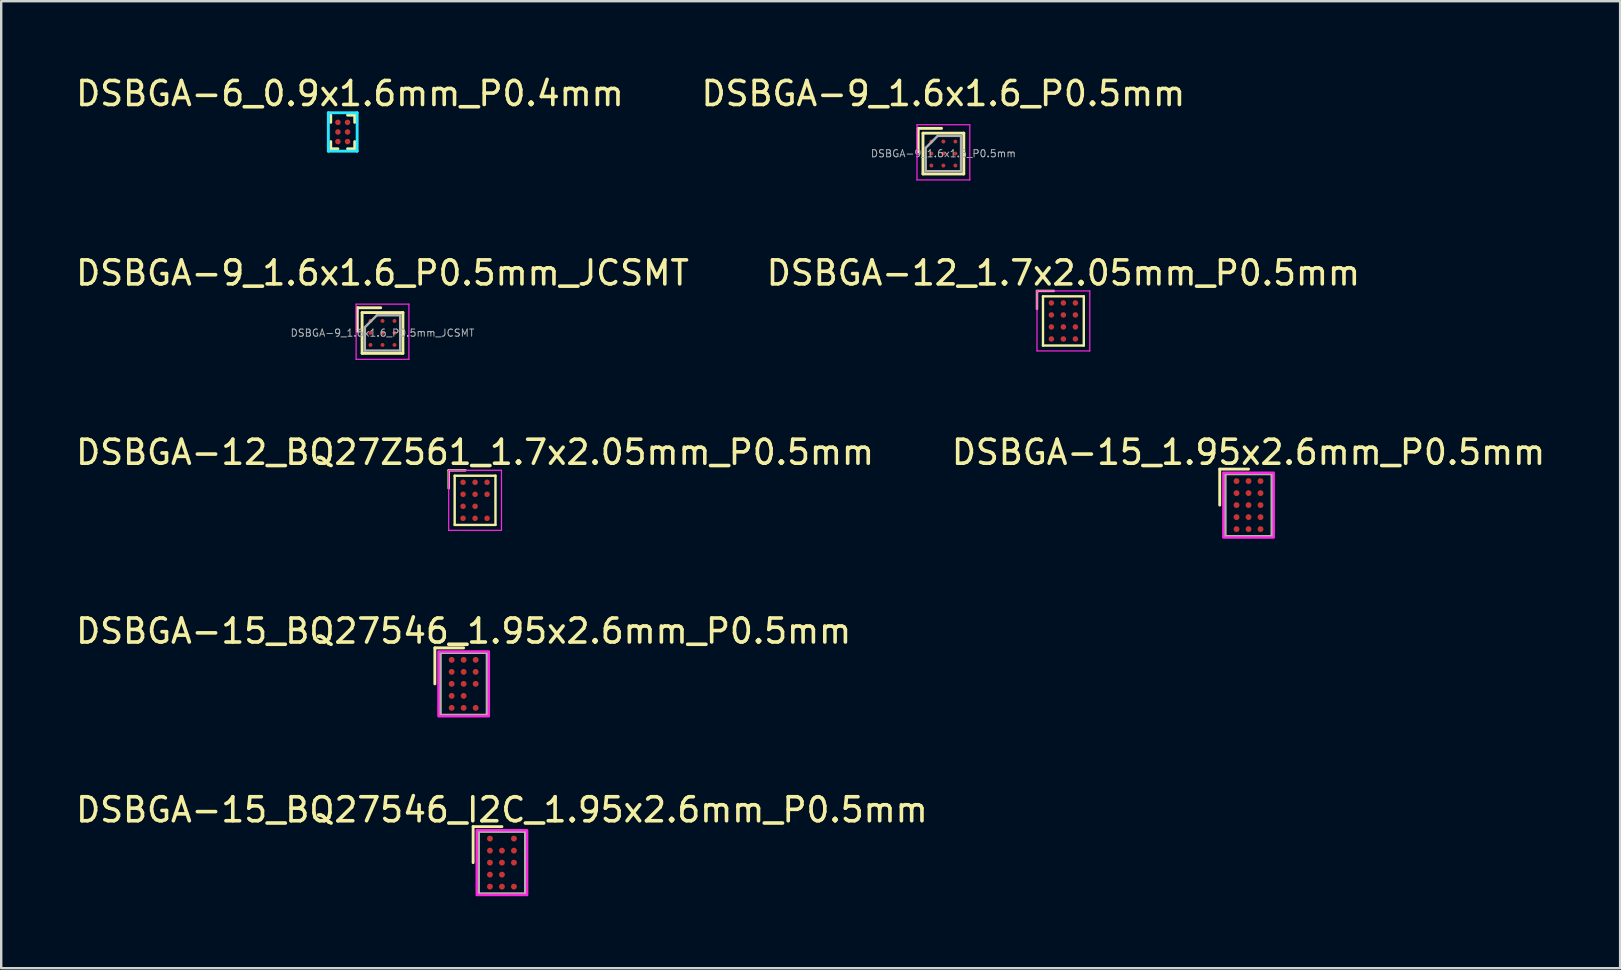
<source format=kicad_pcb>
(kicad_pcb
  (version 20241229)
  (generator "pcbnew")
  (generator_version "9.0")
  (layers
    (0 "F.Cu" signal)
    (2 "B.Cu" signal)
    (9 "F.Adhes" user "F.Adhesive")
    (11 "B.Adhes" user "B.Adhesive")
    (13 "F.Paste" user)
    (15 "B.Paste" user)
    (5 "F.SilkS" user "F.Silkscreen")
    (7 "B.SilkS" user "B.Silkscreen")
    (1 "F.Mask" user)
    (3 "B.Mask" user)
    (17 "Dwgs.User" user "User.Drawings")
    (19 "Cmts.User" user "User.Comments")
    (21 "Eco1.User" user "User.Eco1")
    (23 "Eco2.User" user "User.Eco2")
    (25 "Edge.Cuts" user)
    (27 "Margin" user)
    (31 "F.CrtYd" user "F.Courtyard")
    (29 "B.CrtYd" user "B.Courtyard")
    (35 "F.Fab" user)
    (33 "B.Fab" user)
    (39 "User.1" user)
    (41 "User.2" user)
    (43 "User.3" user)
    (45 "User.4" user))
  (footprint "DSBGA-15_BQ27546_I2C_1.95x2.6mm_P0.5mm"
    (layer "F.Cu")
    (at 17.863 32.891)
    (property "Reference" "DSBGA-15_BQ27546_I2C_1.95x2.6mm_P0.5mm" (at 0 -2.2 0) (unlocked yes) (layer "F.SilkS") (effects (font (size 1 1) (thickness 0.15))))
    (attr smd)
    (fp_line (start -1.2 -1.5) (end 0 -1.5) (stroke (width 0.12) (type default)) (layer "F.SilkS"))
    (fp_line (start -1.2 0) (end -1.2 -1.5) (stroke (width 0.12) (type default)) (layer "F.SilkS"))
    (fp_rect (start -0.975 -1.3) (end 0.975 1.3) (stroke (width 0.1) (type default)) (fill no) (layer "F.SilkS"))
    (fp_rect (start -1.05 -1.35) (end 1.05 1.35) (stroke (width 0.1) (type default)) (fill no) (layer "F.CrtYd"))
    (fp_rect (start -0.975 -1.3) (end 0.975 1.3) (stroke (width 0.1) (type default)) (fill no) (layer "F.Fab"))
    (pad "A1" smd circle (at -0.5 -1) (size 0.245 0.245) (layers "F.Cu" "F.Mask" "F.Paste"))
    (pad "A3" smd circle (at 0.5 -1) (size 0.245 0.245) (layers "F.Cu" "F.Mask" "F.Paste"))
    (pad "B1" smd circle (at -0.5 -0.5) (size 0.245 0.245) (layers "F.Cu" "F.Mask" "F.Paste"))
    (pad "B2" smd circle (at 0 -0.5) (size 0.245 0.245) (layers "F.Cu" "F.Mask" "F.Paste"))
    (pad "B3" smd circle (at 0.5 -0.5) (size 0.245 0.245) (layers "F.Cu" "F.Mask" "F.Paste"))
    (pad "C1" smd circle (at -0.5 0) (size 0.245 0.245) (layers "F.Cu" "F.Mask" "F.Paste"))
    (pad "C2" smd circle (at 0 0) (size 0.245 0.245) (layers "F.Cu" "F.Mask" "F.Paste"))
    (pad "C3" smd circle (at 0.5 0) (size 0.245 0.245) (layers "F.Cu" "F.Mask" "F.Paste"))
    (pad "D1" smd circle (at -0.5 0.5) (size 0.245 0.245) (layers "F.Cu" "F.Mask" "F.Paste"))
    (pad "D2" smd circle (at 0 0.5) (size 0.245 0.245) (layers "F.Cu" "F.Mask" "F.Paste"))
    (pad "E1" smd circle (at -0.5 1) (size 0.245 0.245) (layers "F.Cu" "F.Mask" "F.Paste"))
    (pad "E2" smd circle (at 0 1) (size 0.245 0.245) (layers "F.Cu" "F.Mask" "F.Paste"))
    (pad "E3" smd circle (at 0.5 1) (size 0.245 0.245) (layers "F.Cu" "F.Mask" "F.Paste")))
  (footprint "DSBGA-9_1.6x1.6_P0.5mm_JCSMT"
    (layer "F.Cu")
    (at 12.887 10.822)
    (property "Reference" "DSBGA-9_1.6x1.6_P0.5mm_JCSMT" (at 0 -2.5 0) (layer "F.SilkS") (effects (font (size 1 1) (thickness 0.15))))
    (attr smd)
    (fp_line (start -1.05 -1.05) (end -1.05 -0.075) (stroke (width 0.12) (type solid)) (layer "F.SilkS"))
    (fp_line (start -0.85 -0.85) (end -0.85 0.85) (stroke (width 0.12) (type solid)) (layer "F.SilkS"))
    (fp_line (start -0.85 -0.85) (end 0.85 -0.85) (stroke (width 0.12) (type solid)) (layer "F.SilkS"))
    (fp_line (start -0.075 -1.05) (end -1.05 -1.05) (stroke (width 0.12) (type solid)) (layer "F.SilkS"))
    (fp_line (start 0.85 -0.85) (end 0.85 0.85) (stroke (width 0.12) (type solid)) (layer "F.SilkS"))
    (fp_line (start 0.85 0.85) (end -0.85 0.85) (stroke (width 0.12) (type solid)) (layer "F.SilkS"))
    (fp_line (start -1.1 -1.2) (end -1.1 1.1) (stroke (width 0.05) (type solid)) (layer "F.CrtYd"))
    (fp_line (start -1.1 1.1) (end 1.1 1.1) (stroke (width 0.05) (type solid)) (layer "F.CrtYd"))
    (fp_line (start 1.1 -1.2) (end -1.1 -1.2) (stroke (width 0.05) (type solid)) (layer "F.CrtYd"))
    (fp_line (start 1.1 1.1) (end 1.1 -1.2) (stroke (width 0.05) (type solid)) (layer "F.CrtYd"))
    (fp_line (start -0.736 -0.236) (end -0.736 0.736) (stroke (width 0.1) (type solid)) (layer "F.Fab"))
    (fp_line (start -0.736 -0.236) (end -0.236 -0.736) (stroke (width 0.1) (type solid)) (layer "F.Fab"))
    (fp_line (start -0.736 0.736) (end 0.736 0.736) (stroke (width 0.1) (type solid)) (layer "F.Fab"))
    (fp_line (start 0.736 -0.736) (end -0.236 -0.736) (stroke (width 0.1) (type solid)) (layer "F.Fab"))
    (fp_line (start 0.736 0.736) (end 0.736 -0.736) (stroke (width 0.1) (type solid)) (layer "F.Fab"))
    (fp_text user "${REFERENCE}" (at 0 0 0) (layer "F.Fab") (effects (font (size 0.3 0.3) (thickness 0.04))))
    (pad "A1" smd circle (at -0.5 -0.5) (size 0.165 0.165) (layers "F.Cu" "F.Mask"))
    (pad "A2" smd circle (at 0 -0.5) (size 0.165 0.165) (layers "F.Cu" "F.Mask"))
    (pad "A3" smd circle (at 0.5 -0.5) (size 0.165 0.165) (layers "F.Cu" "F.Mask"))
    (pad "B1" smd circle (at -0.5 0) (size 0.165 0.165) (layers "F.Cu" "F.Mask"))
    (pad "B2" smd circle (at 0 0) (size 0.165 0.165) (layers "F.Cu" "F.Mask"))
    (pad "B3" smd circle (at 0.5 0) (size 0.165 0.165) (layers "F.Cu" "F.Mask"))
    (pad "C1" smd circle (at -0.5 0.5) (size 0.165 0.165) (layers "F.Cu" "F.Mask"))
    (pad "C2" smd circle (at 0 0.5) (size 0.165 0.165) (layers "F.Cu" "F.Mask"))
    (pad "C3" smd circle (at 0.5 0.5) (size 0.165 0.165) (layers "F.Cu" "F.Mask")))
  (footprint "DSBGA-9_1.6x1.6_P0.5mm"
    (layer "F.Cu")
    (at 36.256 3.348)
    (property "Reference" "DSBGA-9_1.6x1.6_P0.5mm" (at 0 -2.5 0) (layer "F.SilkS") (effects (font (size 1 1) (thickness 0.15))))
    (attr smd)
    (fp_line (start -1.05 -1.05) (end -1.05 -0.075) (stroke (width 0.12) (type solid)) (layer "F.SilkS"))
    (fp_line (start -0.85 -0.85) (end -0.85 0.85) (stroke (width 0.12) (type solid)) (layer "F.SilkS"))
    (fp_line (start -0.85 -0.85) (end 0.85 -0.85) (stroke (width 0.12) (type solid)) (layer "F.SilkS"))
    (fp_line (start -0.075 -1.05) (end -1.05 -1.05) (stroke (width 0.12) (type solid)) (layer "F.SilkS"))
    (fp_line (start 0.85 -0.85) (end 0.85 0.85) (stroke (width 0.12) (type solid)) (layer "F.SilkS"))
    (fp_line (start 0.85 0.85) (end -0.85 0.85) (stroke (width 0.12) (type solid)) (layer "F.SilkS"))
    (fp_line (start -1.1 -1.2) (end -1.1 1.1) (stroke (width 0.05) (type solid)) (layer "F.CrtYd"))
    (fp_line (start -1.1 1.1) (end 1.1 1.1) (stroke (width 0.05) (type solid)) (layer "F.CrtYd"))
    (fp_line (start 1.1 -1.2) (end -1.1 -1.2) (stroke (width 0.05) (type solid)) (layer "F.CrtYd"))
    (fp_line (start 1.1 1.1) (end 1.1 -1.2) (stroke (width 0.05) (type solid)) (layer "F.CrtYd"))
    (fp_line (start -0.736 -0.236) (end -0.736 0.736) (stroke (width 0.1) (type solid)) (layer "F.Fab"))
    (fp_line (start -0.736 -0.236) (end -0.236 -0.736) (stroke (width 0.1) (type solid)) (layer "F.Fab"))
    (fp_line (start -0.736 0.736) (end 0.736 0.736) (stroke (width 0.1) (type solid)) (layer "F.Fab"))
    (fp_line (start 0.736 -0.736) (end -0.236 -0.736) (stroke (width 0.1) (type solid)) (layer "F.Fab"))
    (fp_line (start 0.736 0.736) (end 0.736 -0.736) (stroke (width 0.1) (type solid)) (layer "F.Fab"))
    (fp_text user "${REFERENCE}" (at 0 0 0) (layer "F.Fab") (effects (font (size 0.3 0.3) (thickness 0.04))))
    (pad "" smd rect (at -0.5 -0.5) (size 0.3 0.3) (layers "F.Paste"))
    (pad "" smd rect (at -0.5 0) (size 0.3 0.3) (layers "F.Paste"))
    (pad "" smd rect (at -0.5 0.5) (size 0.3 0.3) (layers "F.Paste"))
    (pad "" smd rect (at 0 -0.5) (size 0.3 0.3) (layers "F.Paste"))
    (pad "" smd rect (at 0 0) (size 0.3 0.3) (layers "F.Paste"))
    (pad "" smd rect (at 0 0.5) (size 0.3 0.3) (layers "F.Paste"))
    (pad "" smd rect (at 0.5 -0.5) (size 0.3 0.3) (layers "F.Paste"))
    (pad "" smd rect (at 0.5 0) (size 0.3 0.3) (layers "F.Paste"))
    (pad "" smd rect (at 0.5 0.5) (size 0.3 0.3) (layers "F.Paste"))
    (pad "A1" smd circle (at -0.5 -0.5) (size 0.165 0.165) (layers "F.Cu" "F.Mask"))
    (pad "A2" smd circle (at 0 -0.5) (size 0.165 0.165) (layers "F.Cu" "F.Mask"))
    (pad "A3" smd circle (at 0.5 -0.5) (size 0.165 0.165) (layers "F.Cu" "F.Mask"))
    (pad "B1" smd circle (at -0.5 0) (size 0.165 0.165) (layers "F.Cu" "F.Mask"))
    (pad "B2" smd circle (at 0 0) (size 0.165 0.165) (layers "F.Cu" "F.Mask"))
    (pad "B3" smd circle (at 0.5 0) (size 0.165 0.165) (layers "F.Cu" "F.Mask" "F.Paste"))
    (pad "C1" smd circle (at -0.5 0.5) (size 0.165 0.165) (layers "F.Cu" "F.Mask"))
    (pad "C2" smd circle (at 0 0.5) (size 0.165 0.165) (layers "F.Cu" "F.Mask"))
    (pad "C3" smd circle (at 0.5 0.5) (size 0.165 0.165) (layers "F.Cu" "F.Mask")))
  (footprint "DSBGA-12_1.7x2.05mm_P0.5mm"
    (layer "F.Cu")
    (at 41.256 10.322)
    (property "Reference" "DSBGA-12_1.7x2.05mm_P0.5mm" (at 0 -2 0) (layer "F.SilkS") (effects (font (size 1 1) (thickness 0.15))))
    (attr through_hole)
    (fp_line (start -1.1 -1.25) (end -0.4 -1.25) (stroke (width 0.1) (type solid)) (layer "F.SilkS"))
    (fp_line (start -1.1 -0.5) (end -1.1 -1.25) (stroke (width 0.1) (type solid)) (layer "F.SilkS"))
    (fp_line (start -0.85 -1.025) (end -0.85 1.025) (stroke (width 0.1) (type solid)) (layer "F.SilkS"))
    (fp_line (start -0.85 -1.025) (end 0.85 -1.025) (stroke (width 0.1) (type solid)) (layer "F.SilkS"))
    (fp_line (start 0.85 1.025) (end -0.85 1.025) (stroke (width 0.1) (type solid)) (layer "F.SilkS"))
    (fp_line (start 0.85 1.025) (end 0.85 -1.025) (stroke (width 0.1) (type solid)) (layer "F.SilkS"))
    (fp_line (start -1.1 -1.25) (end -1.1 1.25) (stroke (width 0.05) (type solid)) (layer "F.CrtYd"))
    (fp_line (start -1.1 1.25) (end 1.1 1.25) (stroke (width 0.05) (type solid)) (layer "F.CrtYd"))
    (fp_line (start 1.1 -1.25) (end -1.1 -1.25) (stroke (width 0.05) (type solid)) (layer "F.CrtYd"))
    (fp_line (start 1.1 1.25) (end 1.1 -1.25) (stroke (width 0.05) (type solid)) (layer "F.CrtYd"))
    (pad "A1" smd circle (at -0.5 -0.75) (size 0.23 0.23) (layers "F.Cu" "F.Mask" "F.Paste"))
    (pad "A2" smd circle (at 0 -0.75) (size 0.23 0.23) (layers "F.Cu" "F.Mask" "F.Paste"))
    (pad "A3" smd circle (at 0.5 -0.75) (size 0.23 0.23) (layers "F.Cu" "F.Mask" "F.Paste"))
    (pad "B1" smd circle (at -0.5 -0.25) (size 0.23 0.23) (layers "F.Cu" "F.Mask" "F.Paste"))
    (pad "B2" smd circle (at 0 -0.25) (size 0.23 0.23) (layers "F.Cu" "F.Mask" "F.Paste"))
    (pad "B3" smd circle (at 0.5 -0.25) (size 0.23 0.23) (layers "F.Cu" "F.Mask" "F.Paste"))
    (pad "C1" smd circle (at -0.5 0.25) (size 0.23 0.23) (layers "F.Cu" "F.Mask" "F.Paste"))
    (pad "C2" smd circle (at 0 0.25) (size 0.23 0.23) (layers "F.Cu" "F.Mask" "F.Paste"))
    (pad "C3" smd circle (at 0.5 0.25) (size 0.23 0.23) (layers "F.Cu" "F.Mask" "F.Paste"))
    (pad "D1" smd circle (at -0.5 0.75) (size 0.23 0.23) (layers "F.Cu" "F.Mask" "F.Paste"))
    (pad "D2" smd circle (at 0 0.75) (size 0.23 0.23) (layers "F.Cu" "F.Mask" "F.Paste"))
    (pad "D3" smd circle (at 0.5 0.75) (size 0.23 0.23) (layers "F.Cu" "F.Mask" "F.Paste")))
  (footprint "DSBGA-15_1.95x2.6mm_P0.5mm"
    (layer "F.Cu")
    (at 48.97 17.995)
    (property "Reference" "DSBGA-15_1.95x2.6mm_P0.5mm" (at 0 -2.2 0) (unlocked yes) (layer "F.SilkS") (effects (font (size 1 1) (thickness 0.15))))
    (attr smd)
    (fp_line (start -1.2 -1.5) (end 0 -1.5) (stroke (width 0.12) (type default)) (layer "F.SilkS"))
    (fp_line (start -1.2 0) (end -1.2 -1.5) (stroke (width 0.12) (type default)) (layer "F.SilkS"))
    (fp_rect (start -0.975 -1.3) (end 0.975 1.3) (stroke (width 0.1) (type default)) (fill no) (layer "F.SilkS"))
    (fp_rect (start -1.05 -1.35) (end 1.05 1.35) (stroke (width 0.1) (type default)) (fill no) (layer "F.CrtYd"))
    (fp_rect (start -0.975 -1.3) (end 0.975 1.3) (stroke (width 0.1) (type default)) (fill no) (layer "F.Fab"))
    (pad "A1" smd circle (at -0.5 -1) (size 0.245 0.245) (layers "F.Cu" "F.Mask" "F.Paste"))
    (pad "A2" smd circle (at 0 -1) (size 0.245 0.245) (layers "F.Cu" "F.Mask" "F.Paste"))
    (pad "A3" smd circle (at 0.5 -1) (size 0.245 0.245) (layers "F.Cu" "F.Mask" "F.Paste"))
    (pad "B1" smd circle (at -0.5 -0.5) (size 0.245 0.245) (layers "F.Cu" "F.Mask" "F.Paste"))
    (pad "B2" smd circle (at 0 -0.5) (size 0.245 0.245) (layers "F.Cu" "F.Mask" "F.Paste"))
    (pad "B3" smd circle (at 0.5 -0.5) (size 0.245 0.245) (layers "F.Cu" "F.Mask" "F.Paste"))
    (pad "C1" smd circle (at -0.5 0) (size 0.245 0.245) (layers "F.Cu" "F.Mask" "F.Paste"))
    (pad "C2" smd circle (at 0 0) (size 0.245 0.245) (layers "F.Cu" "F.Mask" "F.Paste"))
    (pad "C3" smd circle (at 0.5 0) (size 0.245 0.245) (layers "F.Cu" "F.Mask" "F.Paste"))
    (pad "D1" smd circle (at -0.5 0.5) (size 0.245 0.245) (layers "F.Cu" "F.Mask" "F.Paste"))
    (pad "D2" smd circle (at 0 0.5) (size 0.245 0.245) (layers "F.Cu" "F.Mask" "F.Paste"))
    (pad "D3" smd circle (at 0.5 0.5) (size 0.245 0.245) (layers "F.Cu" "F.Mask" "F.Paste"))
    (pad "E1" smd circle (at -0.5 1) (size 0.245 0.245) (layers "F.Cu" "F.Mask" "F.Paste"))
    (pad "E2" smd circle (at 0 1) (size 0.245 0.245) (layers "F.Cu" "F.Mask" "F.Paste"))
    (pad "E3" smd circle (at 0.5 1) (size 0.245 0.245) (layers "F.Cu" "F.Mask" "F.Paste")))
  (footprint "DSBGA-6_0.9x1.6mm_P0.4mm"
    (layer "F.Cu")
    (at 11.23 2.448)
    (property "Reference" "DSBGA-6_0.9x1.6mm_P0.4mm" (at 0.3 -1.6 0) (layer "F.SilkS") (effects (font (size 1 1) (thickness 0.15))))
    (attr smd)
    (fp_line (start -0.5 -0.7) (end -0.5 -0.4) (stroke (width 0.12) (type solid)) (layer "F.SilkS"))
    (fp_line (start -0.5 0.4) (end -0.5 0.7) (stroke (width 0.12) (type solid)) (layer "F.SilkS"))
    (fp_line (start -0.5 0.7) (end -0.2 0.7) (stroke (width 0.12) (type solid)) (layer "F.SilkS"))
    (fp_line (start 0.5 -0.7) (end 0.2 -0.7) (stroke (width 0.12) (type solid)) (layer "F.SilkS"))
    (fp_line (start 0.5 -0.4) (end 0.5 -0.7) (stroke (width 0.12) (type solid)) (layer "F.SilkS"))
    (fp_line (start 0.5 0.4) (end 0.5 0.7) (stroke (width 0.12) (type solid)) (layer "F.SilkS"))
    (fp_line (start 0.5 0.7) (end 0.2 0.7) (stroke (width 0.12) (type solid)) (layer "F.SilkS"))
    (fp_line (start -0.6 -0.8) (end -0.6 0.8) (stroke (width 0.12) (type solid)) (layer "B.CrtYd"))
    (fp_line (start -0.6 0.8) (end 0.6 0.8) (stroke (width 0.12) (type solid)) (layer "B.CrtYd"))
    (fp_line (start 0.6 -0.8) (end -0.6 -0.8) (stroke (width 0.12) (type solid)) (layer "B.CrtYd"))
    (fp_line (start 0.6 0.8) (end 0.6 -0.8) (stroke (width 0.12) (type solid)) (layer "B.CrtYd"))
    (pad "A1" smd circle (at -0.2 -0.4) (size 0.23 0.23) (layers "F.Cu" "F.Mask" "F.Paste"))
    (pad "A2" smd circle (at 0.2 -0.4) (size 0.23 0.23) (layers "F.Cu" "F.Mask" "F.Paste"))
    (pad "B1" smd circle (at -0.2 0) (size 0.23 0.23) (layers "F.Cu" "F.Mask" "F.Paste"))
    (pad "B2" smd circle (at 0.2 0) (size 0.23 0.23) (layers "F.Cu" "F.Mask" "F.Paste"))
    (pad "C1" smd circle (at -0.2 0.4) (size 0.23 0.23) (layers "F.Cu" "F.Mask" "F.Paste"))
    (pad "C2" smd circle (at 0.2 0.4) (size 0.23 0.23) (layers "F.Cu" "F.Mask" "F.Paste")))
  (footprint "DSBGA-12_BQ27Z561_1.7x2.05mm_P0.5mm"
    (layer "F.Cu")
    (at 16.744 17.795)
    (property "Reference" "DSBGA-12_BQ27Z561_1.7x2.05mm_P0.5mm" (at 0 -2 0) (layer "F.SilkS") (effects (font (size 1 1) (thickness 0.15))))
    (attr through_hole)
    (fp_line (start -1.1 -1.25) (end -0.4 -1.25) (stroke (width 0.1) (type solid)) (layer "F.SilkS"))
    (fp_line (start -1.1 -0.5) (end -1.1 -1.25) (stroke (width 0.1) (type solid)) (layer "F.SilkS"))
    (fp_line (start -0.85 -1.025) (end -0.85 1.025) (stroke (width 0.1) (type solid)) (layer "F.SilkS"))
    (fp_line (start -0.85 -1.025) (end 0.85 -1.025) (stroke (width 0.1) (type solid)) (layer "F.SilkS"))
    (fp_line (start 0.85 1.025) (end -0.85 1.025) (stroke (width 0.1) (type solid)) (layer "F.SilkS"))
    (fp_line (start 0.85 1.025) (end 0.85 -1.025) (stroke (width 0.1) (type solid)) (layer "F.SilkS"))
    (fp_line (start -1.1 -1.25) (end -1.1 1.25) (stroke (width 0.05) (type solid)) (layer "F.CrtYd"))
    (fp_line (start -1.1 1.25) (end 1.1 1.25) (stroke (width 0.05) (type solid)) (layer "F.CrtYd"))
    (fp_line (start 1.1 -1.25) (end -1.1 -1.25) (stroke (width 0.05) (type solid)) (layer "F.CrtYd"))
    (fp_line (start 1.1 1.25) (end 1.1 -1.25) (stroke (width 0.05) (type solid)) (layer "F.CrtYd"))
    (pad "A1" smd circle (at -0.5 -0.75) (size 0.23 0.23) (layers "F.Cu" "F.Mask" "F.Paste"))
    (pad "A2" smd circle (at 0 -0.75) (size 0.23 0.23) (layers "F.Cu" "F.Mask" "F.Paste"))
    (pad "A3" smd circle (at 0.5 -0.75) (size 0.23 0.23) (layers "F.Cu" "F.Mask" "F.Paste"))
    (pad "B1" smd circle (at -0.5 -0.25) (size 0.23 0.23) (layers "F.Cu" "F.Mask" "F.Paste"))
    (pad "B2" smd circle (at 0 -0.25) (size 0.23 0.23) (layers "F.Cu" "F.Mask" "F.Paste"))
    (pad "B3" smd circle (at 0.5 -0.25) (size 0.23 0.23) (layers "F.Cu" "F.Mask" "F.Paste"))
    (pad "C1" smd circle (at -0.5 0.25) (size 0.23 0.23) (layers "F.Cu" "F.Mask" "F.Paste"))
    (pad "C2" smd circle (at 0 0.25) (size 0.23 0.23) (layers "F.Cu" "F.Mask" "F.Paste"))
    (pad "D1" smd circle (at -0.5 0.75) (size 0.23 0.23) (layers "F.Cu" "F.Mask" "F.Paste"))
    (pad "D2" smd circle (at 0 0.75) (size 0.23 0.23) (layers "F.Cu" "F.Mask" "F.Paste"))
    (pad "D3" smd circle (at 0.5 0.75) (size 0.23 0.23) (layers "F.Cu" "F.Mask" "F.Paste")))
  (footprint "DSBGA-15_BQ27546_1.95x2.6mm_P0.5mm"
    (layer "F.Cu")
    (at 16.268 25.443)
    (property "Reference" "DSBGA-15_BQ27546_1.95x2.6mm_P0.5mm" (at 0 -2.2 0) (unlocked yes) (layer "F.SilkS") (effects (font (size 1 1) (thickness 0.15))))
    (attr smd)
    (fp_line (start -1.2 -1.5) (end 0 -1.5) (stroke (width 0.12) (type default)) (layer "F.SilkS"))
    (fp_line (start -1.2 0) (end -1.2 -1.5) (stroke (width 0.12) (type default)) (layer "F.SilkS"))
    (fp_rect (start -0.975 -1.3) (end 0.975 1.3) (stroke (width 0.1) (type default)) (fill no) (layer "F.SilkS"))
    (fp_rect (start -1.05 -1.35) (end 1.05 1.35) (stroke (width 0.1) (type default)) (fill no) (layer "F.CrtYd"))
    (fp_rect (start -0.975 -1.3) (end 0.975 1.3) (stroke (width 0.1) (type default)) (fill no) (layer "F.Fab"))
    (pad "A1" smd circle (at -0.5 -1) (size 0.245 0.245) (layers "F.Cu" "F.Mask" "F.Paste"))
    (pad "A2" smd circle (at 0 -1) (size 0.245 0.245) (layers "F.Cu" "F.Mask" "F.Paste"))
    (pad "A3" smd circle (at 0.5 -1) (size 0.245 0.245) (layers "F.Cu" "F.Mask" "F.Paste"))
    (pad "B1" smd circle (at -0.5 -0.5) (size 0.245 0.245) (layers "F.Cu" "F.Mask" "F.Paste"))
    (pad "B2" smd circle (at 0 -0.5) (size 0.245 0.245) (layers "F.Cu" "F.Mask" "F.Paste"))
    (pad "B3" smd circle (at 0.5 -0.5) (size 0.245 0.245) (layers "F.Cu" "F.Mask" "F.Paste"))
    (pad "C1" smd circle (at -0.5 0) (size 0.245 0.245) (layers "F.Cu" "F.Mask" "F.Paste"))
    (pad "C2" smd circle (at 0 0) (size 0.245 0.245) (layers "F.Cu" "F.Mask" "F.Paste"))
    (pad "C3" smd circle (at 0.5 0) (size 0.245 0.245) (layers "F.Cu" "F.Mask" "F.Paste"))
    (pad "D1" smd circle (at -0.5 0.5) (size 0.245 0.245) (layers "F.Cu" "F.Mask" "F.Paste"))
    (pad "D2" smd circle (at 0 0.5) (size 0.245 0.245) (layers "F.Cu" "F.Mask" "F.Paste"))
    (pad "E1" smd circle (at -0.5 1) (size 0.245 0.245) (layers "F.Cu" "F.Mask" "F.Paste"))
    (pad "E2" smd circle (at 0 1) (size 0.245 0.245) (layers "F.Cu" "F.Mask" "F.Paste"))
    (pad "E3" smd circle (at 0.5 1) (size 0.245 0.245) (layers "F.Cu" "F.Mask" "F.Paste")))
  (gr_rect
    (start -3 -3)
    (end 64.452 37.291)
    (stroke (width 0.1) (type default))
    (fill no)
    (layer "Edge.Cuts")))
</source>
